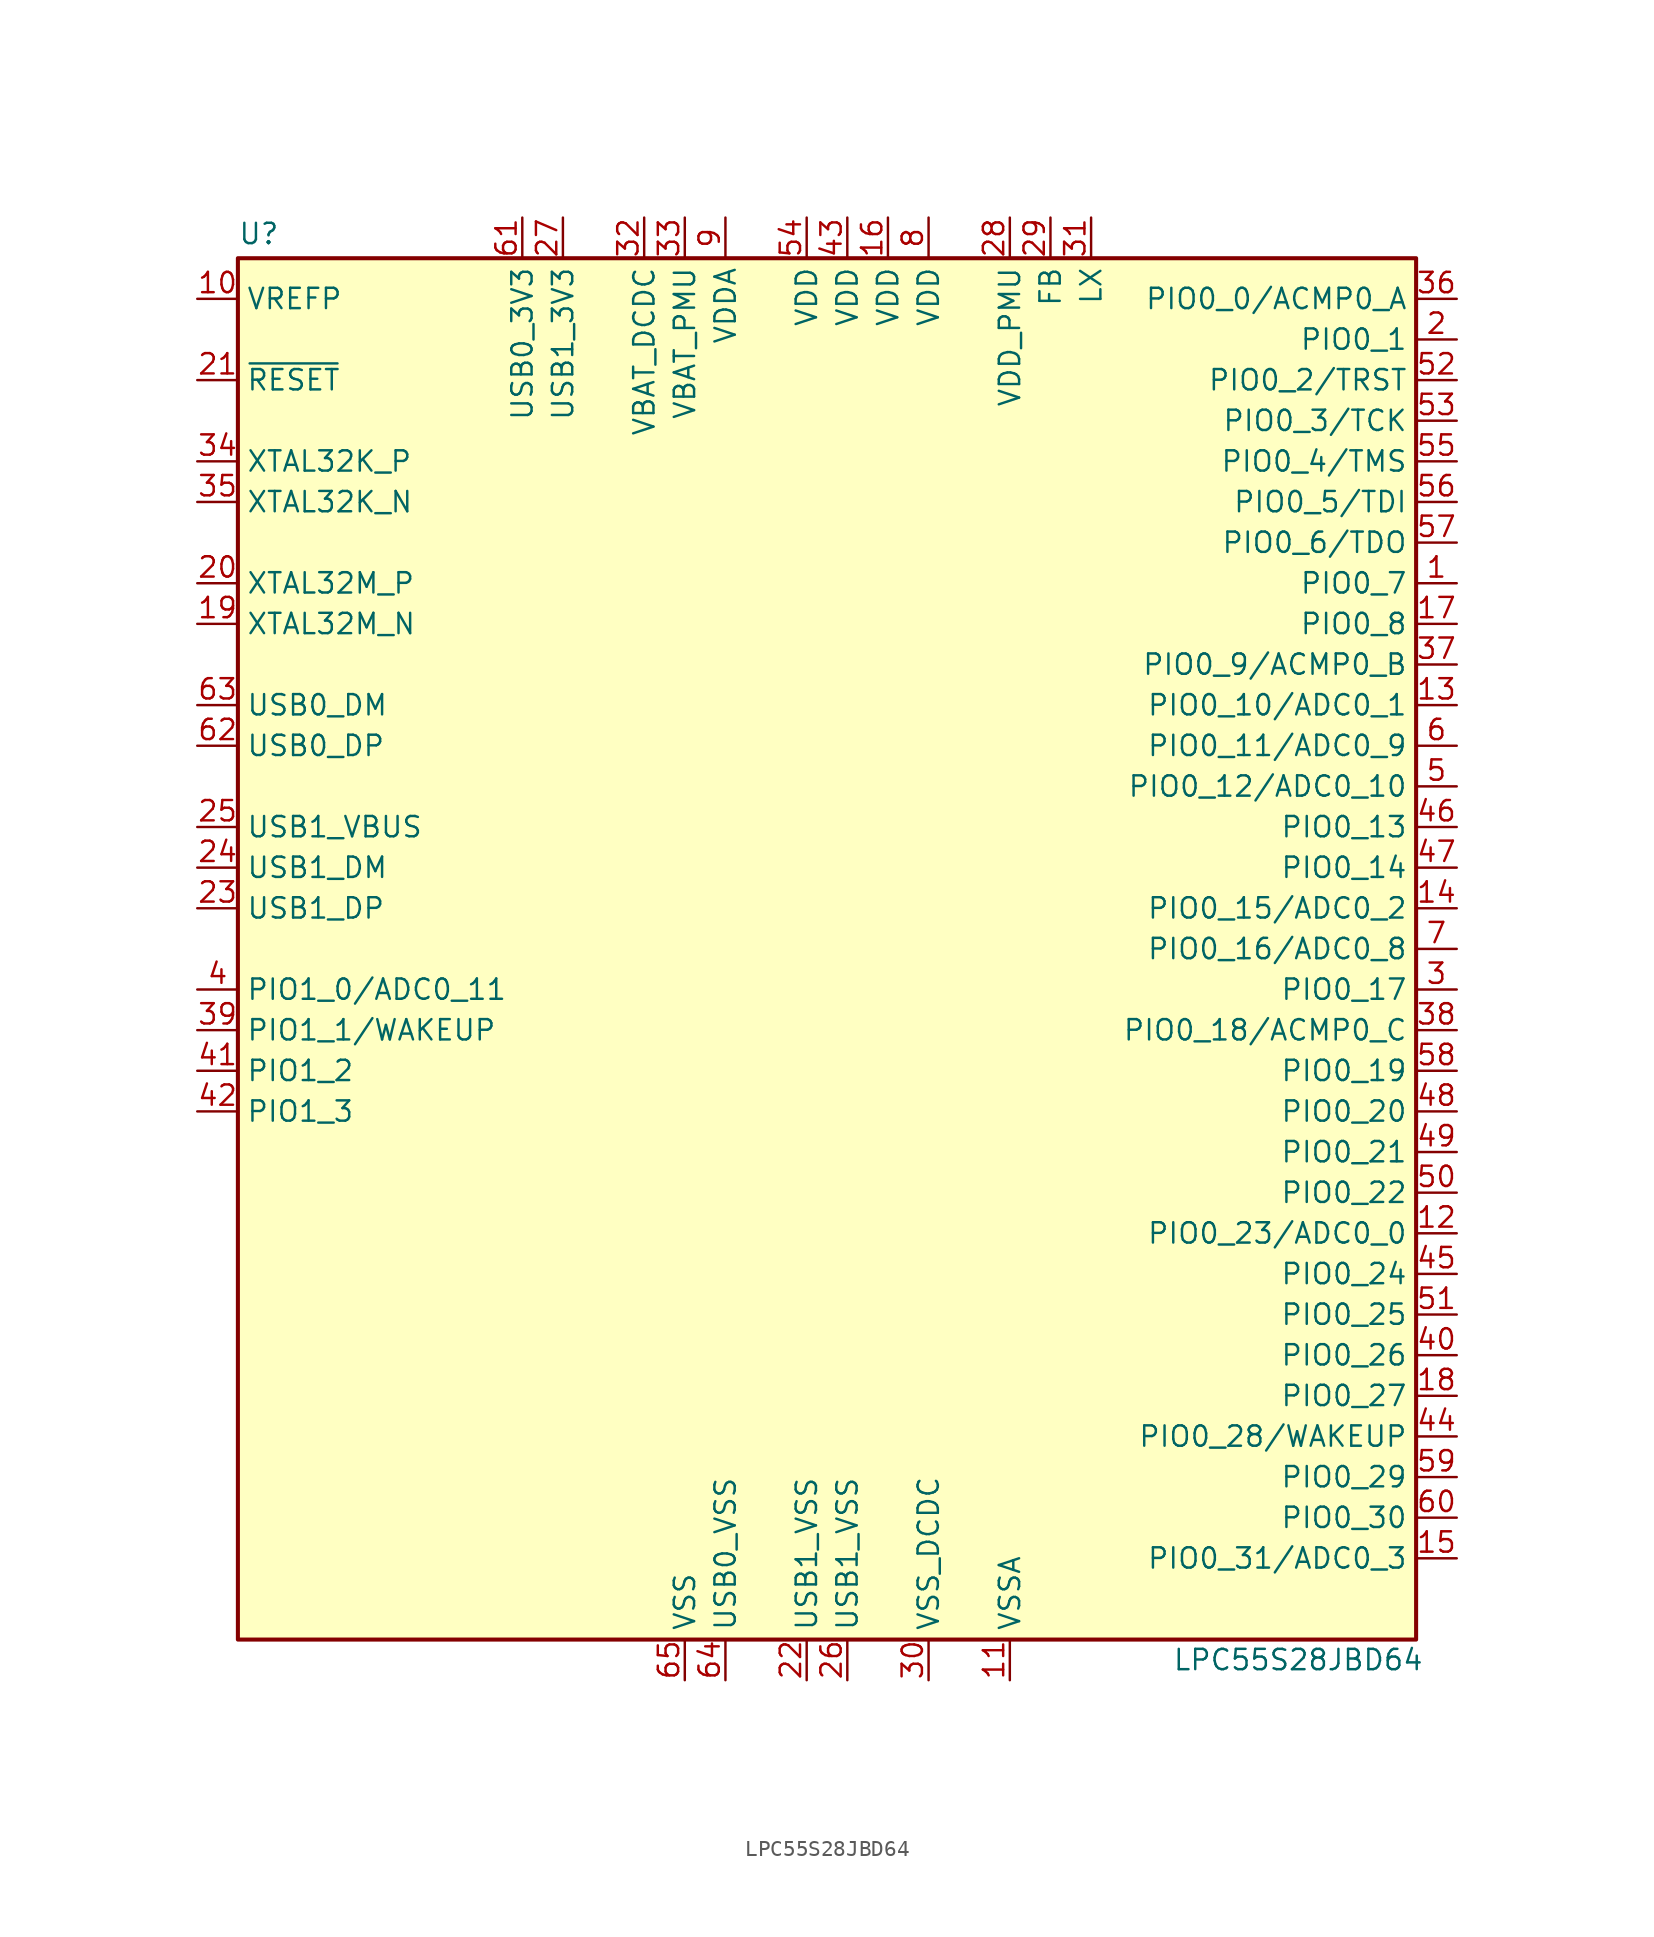
<source format=kicad_sym>
(kicad_symbol_lib
  (version 20241209)
  (generator "kicad_symbol_editor")
  (generator_version "9.0")
  (symbol "LPC55S28JBD64"
    (property "Reference" "U"
      (at -35.56 44.704 0)
      (effects (font (size 1.27 1.27)) (justify left)))
    (property "Value" "LPC55S28JBD64"
      (at 22.86 -44.45 0)
      (effects (font (size 1.27 1.27)) (justify left)))
    (symbol "LPC55S28JBD64_0_1"
      (rectangle (start -35.56 43.18) (end 38.1 -43.18) (stroke (width 0.254) (type default)) (fill (type background))))
    (symbol "LPC55S28JBD64_1_1"
      (pin input line (at -38.1 40.64 0) (length 2.54) (name "VREFP" (effects (font (size 1.27 1.27)))) (number "10" (effects (font (size 1.27 1.27)))))
      (pin input line (at -38.1 35.56 0) (length 2.54) (name "~{RESET}" (effects (font (size 1.27 1.27)))) (number "21" (effects (font (size 1.27 1.27)))))
      (pin input line (at -38.1 30.48 0) (length 2.54) (name "XTAL32K_P" (effects (font (size 1.27 1.27)))) (number "34" (effects (font (size 1.27 1.27)))))
      (pin input line (at -38.1 27.94 0) (length 2.54) (name "XTAL32K_N" (effects (font (size 1.27 1.27)))) (number "35" (effects (font (size 1.27 1.27)))))
      (pin input line (at -38.1 22.86 0) (length 2.54) (name "XTAL32M_P" (effects (font (size 1.27 1.27)))) (number "20" (effects (font (size 1.27 1.27)))))
      (pin input line (at -38.1 20.32 0) (length 2.54) (name "XTAL32M_N" (effects (font (size 1.27 1.27)))) (number "19" (effects (font (size 1.27 1.27)))))
      (pin bidirectional line (at -38.1 15.24 0) (length 2.54) (name "USB0_DM" (effects (font (size 1.27 1.27)))) (number "63" (effects (font (size 1.27 1.27)))))
      (pin bidirectional line (at -38.1 12.7 0) (length 2.54) (name "USB0_DP" (effects (font (size 1.27 1.27)))) (number "62" (effects (font (size 1.27 1.27)))))
      (pin input line (at -38.1 7.62 0) (length 2.54) (name "USB1_VBUS" (effects (font (size 1.27 1.27)))) (number "25" (effects (font (size 1.27 1.27)))))
      (pin bidirectional line (at -38.1 5.08 0) (length 2.54) (name "USB1_DM" (effects (font (size 1.27 1.27)))) (number "24" (effects (font (size 1.27 1.27)))))
      (pin bidirectional line (at -38.1 2.54 0) (length 2.54) (name "USB1_DP" (effects (font (size 1.27 1.27)))) (number "23" (effects (font (size 1.27 1.27)))))
      (pin bidirectional line (at -38.1 -2.54 0) (length 2.54) (name "PIO1_0/ADC0_11" (effects (font (size 1.27 1.27)))) (number "4" (effects (font (size 1.27 1.27)))))
      (pin bidirectional line (at -38.1 -5.08 0) (length 2.54) (name "PIO1_1/WAKEUP" (effects (font (size 1.27 1.27)))) (number "39" (effects (font (size 1.27 1.27)))))
      (pin bidirectional line (at -38.1 -7.62 0) (length 2.54) (name "PIO1_2" (effects (font (size 1.27 1.27)))) (number "41" (effects (font (size 1.27 1.27)))))
      (pin bidirectional line (at -38.1 -10.16 0) (length 2.54) (name "PIO1_3" (effects (font (size 1.27 1.27)))) (number "42" (effects (font (size 1.27 1.27)))))
      (pin power_in line (at -17.78 45.72 270) (length 2.54) (name "USB0_3V3" (effects (font (size 1.27 1.27)))) (number "61" (effects (font (size 1.27 1.27)))))
      (pin power_in line (at -15.24 45.72 270) (length 2.54) (name "USB1_3V3" (effects (font (size 1.27 1.27)))) (number "27" (effects (font (size 1.27 1.27)))))
      (pin power_in line (at -10.16 45.72 270) (length 2.54) (name "VBAT_DCDC" (effects (font (size 1.27 1.27)))) (number "32" (effects (font (size 1.27 1.27)))))
      (pin power_in line (at -7.62 45.72 270) (length 2.54) (name "VBAT_PMU" (effects (font (size 1.27 1.27)))) (number "33" (effects (font (size 1.27 1.27)))))
      (pin power_in line (at -7.62 -45.72 90) (length 2.54) (name "VSS" (effects (font (size 1.27 1.27)))) (number "65" (effects (font (size 1.27 1.27)))))
      (pin power_in line (at -5.08 45.72 270) (length 2.54) (name "VDDA" (effects (font (size 1.27 1.27)))) (number "9" (effects (font (size 1.27 1.27)))))
      (pin power_in line (at -5.08 -45.72 90) (length 2.54) (name "USB0_VSS" (effects (font (size 1.27 1.27)))) (number "64" (effects (font (size 1.27 1.27)))))
      (pin power_in line (at 0 45.72 270) (length 2.54) (name "VDD" (effects (font (size 1.27 1.27)))) (number "54" (effects (font (size 1.27 1.27)))))
      (pin power_in line (at 0 -45.72 90) (length 2.54) (name "USB1_VSS" (effects (font (size 1.27 1.27)))) (number "22" (effects (font (size 1.27 1.27)))))
      (pin power_in line (at 2.54 45.72 270) (length 2.54) (name "VDD" (effects (font (size 1.27 1.27)))) (number "43" (effects (font (size 1.27 1.27)))))
      (pin power_in line (at 2.54 -45.72 90) (length 2.54) (name "USB1_VSS" (effects (font (size 1.27 1.27)))) (number "26" (effects (font (size 1.27 1.27)))))
      (pin power_in line (at 5.08 45.72 270) (length 2.54) (name "VDD" (effects (font (size 1.27 1.27)))) (number "16" (effects (font (size 1.27 1.27)))))
      (pin power_in line (at 7.62 45.72 270) (length 2.54) (name "VDD" (effects (font (size 1.27 1.27)))) (number "8" (effects (font (size 1.27 1.27)))))
      (pin power_in line (at 7.62 -45.72 90) (length 2.54) (name "VSS_DCDC" (effects (font (size 1.27 1.27)))) (number "30" (effects (font (size 1.27 1.27)))))
      (pin power_in line (at 12.7 45.72 270) (length 2.54) (name "VDD_PMU" (effects (font (size 1.27 1.27)))) (number "28" (effects (font (size 1.27 1.27)))))
      (pin power_in line (at 12.7 -45.72 90) (length 2.54) (name "VSSA" (effects (font (size 1.27 1.27)))) (number "11" (effects (font (size 1.27 1.27)))))
      (pin power_out line (at 15.24 45.72 270) (length 2.54) (name "FB" (effects (font (size 1.27 1.27)))) (number "29" (effects (font (size 1.27 1.27)))))
      (pin power_out line (at 17.78 45.72 270) (length 2.54) (name "LX" (effects (font (size 1.27 1.27)))) (number "31" (effects (font (size 1.27 1.27)))))
      (pin bidirectional line (at 40.64 40.64 180) (length 2.54) (name "PIO0_0/ACMP0_A" (effects (font (size 1.27 1.27)))) (number "36" (effects (font (size 1.27 1.27)))))
      (pin bidirectional line (at 40.64 38.1 180) (length 2.54) (name "PIO0_1" (effects (font (size 1.27 1.27)))) (number "2" (effects (font (size 1.27 1.27)))))
      (pin bidirectional line (at 40.64 35.56 180) (length 2.54) (name "PIO0_2/TRST" (effects (font (size 1.27 1.27)))) (number "52" (effects (font (size 1.27 1.27)))))
      (pin bidirectional line (at 40.64 33.02 180) (length 2.54) (name "PIO0_3/TCK" (effects (font (size 1.27 1.27)))) (number "53" (effects (font (size 1.27 1.27)))))
      (pin bidirectional line (at 40.64 30.48 180) (length 2.54) (name "PIO0_4/TMS" (effects (font (size 1.27 1.27)))) (number "55" (effects (font (size 1.27 1.27)))))
      (pin bidirectional line (at 40.64 27.94 180) (length 2.54) (name "PIO0_5/TDI" (effects (font (size 1.27 1.27)))) (number "56" (effects (font (size 1.27 1.27)))))
      (pin bidirectional line (at 40.64 25.4 180) (length 2.54) (name "PIO0_6/TDO" (effects (font (size 1.27 1.27)))) (number "57" (effects (font (size 1.27 1.27)))))
      (pin bidirectional line (at 40.64 22.86 180) (length 2.54) (name "PIO0_7" (effects (font (size 1.27 1.27)))) (number "1" (effects (font (size 1.27 1.27)))))
      (pin bidirectional line (at 40.64 20.32 180) (length 2.54) (name "PIO0_8" (effects (font (size 1.27 1.27)))) (number "17" (effects (font (size 1.27 1.27)))))
      (pin bidirectional line (at 40.64 17.78 180) (length 2.54) (name "PIO0_9/ACMP0_B" (effects (font (size 1.27 1.27)))) (number "37" (effects (font (size 1.27 1.27)))))
      (pin bidirectional line (at 40.64 15.24 180) (length 2.54) (name "PIO0_10/ADC0_1" (effects (font (size 1.27 1.27)))) (number "13" (effects (font (size 1.27 1.27)))))
      (pin bidirectional line (at 40.64 12.7 180) (length 2.54) (name "PIO0_11/ADC0_9" (effects (font (size 1.27 1.27)))) (number "6" (effects (font (size 1.27 1.27)))))
      (pin bidirectional line (at 40.64 10.16 180) (length 2.54) (name "PIO0_12/ADC0_10" (effects (font (size 1.27 1.27)))) (number "5" (effects (font (size 1.27 1.27)))))
      (pin bidirectional line (at 40.64 7.62 180) (length 2.54) (name "PIO0_13" (effects (font (size 1.27 1.27)))) (number "46" (effects (font (size 1.27 1.27)))))
      (pin bidirectional line (at 40.64 5.08 180) (length 2.54) (name "PIO0_14" (effects (font (size 1.27 1.27)))) (number "47" (effects (font (size 1.27 1.27)))))
      (pin bidirectional line (at 40.64 2.54 180) (length 2.54) (name "PIO0_15/ADC0_2" (effects (font (size 1.27 1.27)))) (number "14" (effects (font (size 1.27 1.27)))))
      (pin bidirectional line (at 40.64 0 180) (length 2.54) (name "PIO0_16/ADC0_8" (effects (font (size 1.27 1.27)))) (number "7" (effects (font (size 1.27 1.27)))))
      (pin bidirectional line (at 40.64 -2.54 180) (length 2.54) (name "PIO0_17" (effects (font (size 1.27 1.27)))) (number "3" (effects (font (size 1.27 1.27)))))
      (pin bidirectional line (at 40.64 -5.08 180) (length 2.54) (name "PIO0_18/ACMP0_C" (effects (font (size 1.27 1.27)))) (number "38" (effects (font (size 1.27 1.27)))))
      (pin bidirectional line (at 40.64 -7.62 180) (length 2.54) (name "PIO0_19" (effects (font (size 1.27 1.27)))) (number "58" (effects (font (size 1.27 1.27)))))
      (pin bidirectional line (at 40.64 -10.16 180) (length 2.54) (name "PIO0_20" (effects (font (size 1.27 1.27)))) (number "48" (effects (font (size 1.27 1.27)))))
      (pin bidirectional line (at 40.64 -12.7 180) (length 2.54) (name "PIO0_21" (effects (font (size 1.27 1.27)))) (number "49" (effects (font (size 1.27 1.27)))))
      (pin bidirectional line (at 40.64 -15.24 180) (length 2.54) (name "PIO0_22" (effects (font (size 1.27 1.27)))) (number "50" (effects (font (size 1.27 1.27)))))
      (pin bidirectional line (at 40.64 -17.78 180) (length 2.54) (name "PIO0_23/ADC0_0" (effects (font (size 1.27 1.27)))) (number "12" (effects (font (size 1.27 1.27)))))
      (pin bidirectional line (at 40.64 -20.32 180) (length 2.54) (name "PIO0_24" (effects (font (size 1.27 1.27)))) (number "45" (effects (font (size 1.27 1.27)))))
      (pin bidirectional line (at 40.64 -22.86 180) (length 2.54) (name "PIO0_25" (effects (font (size 1.27 1.27)))) (number "51" (effects (font (size 1.27 1.27)))))
      (pin bidirectional line (at 40.64 -25.4 180) (length 2.54) (name "PIO0_26" (effects (font (size 1.27 1.27)))) (number "40" (effects (font (size 1.27 1.27)))))
      (pin bidirectional line (at 40.64 -27.94 180) (length 2.54) (name "PIO0_27" (effects (font (size 1.27 1.27)))) (number "18" (effects (font (size 1.27 1.27)))))
      (pin bidirectional line (at 40.64 -30.48 180) (length 2.54) (name "PIO0_28/WAKEUP" (effects (font (size 1.27 1.27)))) (number "44" (effects (font (size 1.27 1.27)))))
      (pin bidirectional line (at 40.64 -33.02 180) (length 2.54) (name "PIO0_29" (effects (font (size 1.27 1.27)))) (number "59" (effects (font (size 1.27 1.27)))))
      (pin bidirectional line (at 40.64 -35.56 180) (length 2.54) (name "PIO0_30" (effects (font (size 1.27 1.27)))) (number "60" (effects (font (size 1.27 1.27)))))
      (pin bidirectional line (at 40.64 -38.1 180) (length 2.54) (name "PIO0_31/ADC0_3" (effects (font (size 1.27 1.27)))) (number "15" (effects (font (size 1.27 1.27))))))))
</source>
